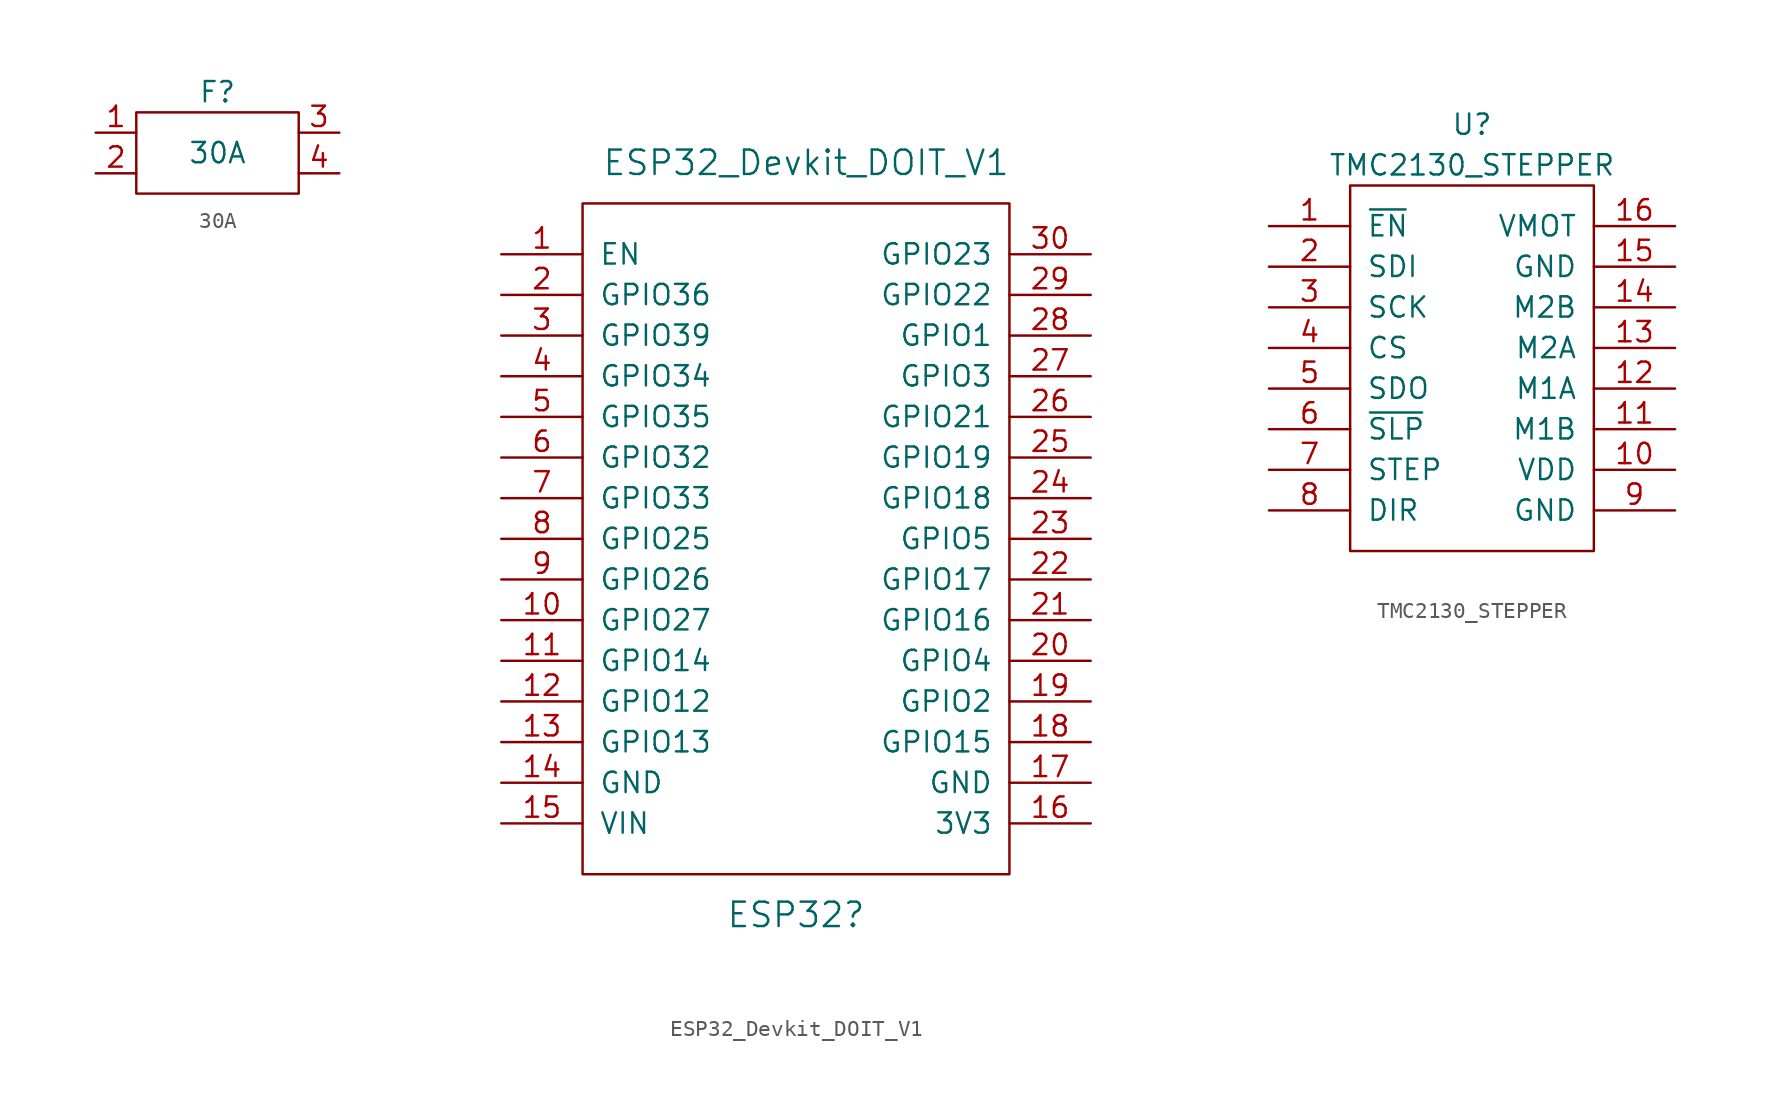
<source format=kicad_sym>
(kicad_symbol_lib
  (version 20220914)
  (generator kicad_symbol_editor)
  (symbol "30A"
    (pin_names
      (offset 1.016))
    (property "Reference" "F"
      (at 0 3.81 0)
      (effects (font (size 1.27 1.27))))
    (property "Value" "30A"
      (at 0 0 0)
      (effects (font (size 1.27 1.27))))
    (symbol "30A_0_1"
      (rectangle (start -5.08 2.54) (end 5.08 -2.54) (stroke (width 0) (type solid)) (fill (type none))))
    (symbol "30A_1_1"
      (pin passive line (at -7.62 1.27 0) (length 2.54) (name "~" (effects (font (size 1.27 1.27)))) (number "1" (effects (font (size 1.27 1.27)))))
      (pin passive line (at -7.62 -1.27 0) (length 2.54) (name "~" (effects (font (size 1.27 1.27)))) (number "2" (effects (font (size 1.27 1.27)))))
      (pin passive line (at 7.62 1.27 180) (length 2.54) (name "~" (effects (font (size 1.27 1.27)))) (number "3" (effects (font (size 1.27 1.27)))))
      (pin passive line (at 7.62 -1.27 180) (length 2.54) (name "~" (effects (font (size 1.27 1.27)))) (number "4" (effects (font (size 1.27 1.27)))))))
  (symbol "ESP32_Devkit_DOIT_V1"
    (pin_names
      (offset 1.016))
    (property "Reference" "ESP32"
      (at 0 -24.765 0)
      (effects (font (size 1.524 1.524))))
    (property "Value" "ESP32_Devkit_DOIT_V1"
      (at 0.635 22.225 0)
      (effects (font (size 1.524 1.524))))
    (symbol "ESP32_Devkit_DOIT_V1_0_1"
      (rectangle (start -13.335 19.685) (end 13.335 -22.225) (stroke (width 0) (type solid)) (fill (type none))))
    (symbol "ESP32_Devkit_DOIT_V1_1_1"
      (pin input line (at -18.415 16.51 0) (length 5.08) (name "EN" (effects (font (size 1.27 1.27)))) (number "1" (effects (font (size 1.27 1.27)))))
      (pin bidirectional line (at -18.415 -6.35 0) (length 5.08) (name "GPIO27" (effects (font (size 1.27 1.27)))) (number "10" (effects (font (size 1.27 1.27)))))
      (pin bidirectional line (at -18.415 -8.89 0) (length 5.08) (name "GPIO14" (effects (font (size 1.27 1.27)))) (number "11" (effects (font (size 1.27 1.27)))))
      (pin bidirectional line (at -18.415 -11.43 0) (length 5.08) (name "GPIO12" (effects (font (size 1.27 1.27)))) (number "12" (effects (font (size 1.27 1.27)))))
      (pin bidirectional line (at -18.415 -13.97 0) (length 5.08) (name "GPIO13" (effects (font (size 1.27 1.27)))) (number "13" (effects (font (size 1.27 1.27)))))
      (pin input line (at -18.415 -16.51 0) (length 5.08) (name "GND" (effects (font (size 1.27 1.27)))) (number "14" (effects (font (size 1.27 1.27)))))
      (pin input line (at -18.415 -19.05 0) (length 5.08) (name "VIN" (effects (font (size 1.27 1.27)))) (number "15" (effects (font (size 1.27 1.27)))))
      (pin input line (at 18.415 -19.05 180) (length 5.08) (name "3V3" (effects (font (size 1.27 1.27)))) (number "16" (effects (font (size 1.27 1.27)))))
      (pin input line (at 18.415 -16.51 180) (length 5.08) (name "GND" (effects (font (size 1.27 1.27)))) (number "17" (effects (font (size 1.27 1.27)))))
      (pin bidirectional line (at 18.415 -13.97 180) (length 5.08) (name "GPIO15" (effects (font (size 1.27 1.27)))) (number "18" (effects (font (size 1.27 1.27)))))
      (pin bidirectional line (at 18.415 -11.43 180) (length 5.08) (name "GPIO2" (effects (font (size 1.27 1.27)))) (number "19" (effects (font (size 1.27 1.27)))))
      (pin bidirectional line (at -18.415 13.97 0) (length 5.08) (name "GPIO36" (effects (font (size 1.27 1.27)))) (number "2" (effects (font (size 1.27 1.27)))))
      (pin bidirectional line (at 18.415 -8.89 180) (length 5.08) (name "GPIO4" (effects (font (size 1.27 1.27)))) (number "20" (effects (font (size 1.27 1.27)))))
      (pin bidirectional line (at 18.415 -6.35 180) (length 5.08) (name "GPIO16" (effects (font (size 1.27 1.27)))) (number "21" (effects (font (size 1.27 1.27)))))
      (pin bidirectional line (at 18.415 -3.81 180) (length 5.08) (name "GPIO17" (effects (font (size 1.27 1.27)))) (number "22" (effects (font (size 1.27 1.27)))))
      (pin bidirectional line (at 18.415 -1.27 180) (length 5.08) (name "GPIO5" (effects (font (size 1.27 1.27)))) (number "23" (effects (font (size 1.27 1.27)))))
      (pin bidirectional line (at 18.415 1.27 180) (length 5.08) (name "GPIO18" (effects (font (size 1.27 1.27)))) (number "24" (effects (font (size 1.27 1.27)))))
      (pin bidirectional line (at 18.415 3.81 180) (length 5.08) (name "GPIO19" (effects (font (size 1.27 1.27)))) (number "25" (effects (font (size 1.27 1.27)))))
      (pin bidirectional line (at 18.415 6.35 180) (length 5.08) (name "GPIO21" (effects (font (size 1.27 1.27)))) (number "26" (effects (font (size 1.27 1.27)))))
      (pin bidirectional line (at 18.415 8.89 180) (length 5.08) (name "GPIO3" (effects (font (size 1.27 1.27)))) (number "27" (effects (font (size 1.27 1.27)))))
      (pin bidirectional line (at 18.415 11.43 180) (length 5.08) (name "GPIO1" (effects (font (size 1.27 1.27)))) (number "28" (effects (font (size 1.27 1.27)))))
      (pin bidirectional line (at 18.415 13.97 180) (length 5.08) (name "GPIO22" (effects (font (size 1.27 1.27)))) (number "29" (effects (font (size 1.27 1.27)))))
      (pin bidirectional line (at -18.415 11.43 0) (length 5.08) (name "GPIO39" (effects (font (size 1.27 1.27)))) (number "3" (effects (font (size 1.27 1.27)))))
      (pin bidirectional line (at 18.415 16.51 180) (length 5.08) (name "GPIO23" (effects (font (size 1.27 1.27)))) (number "30" (effects (font (size 1.27 1.27)))))
      (pin bidirectional line (at -18.415 8.89 0) (length 5.08) (name "GPIO34" (effects (font (size 1.27 1.27)))) (number "4" (effects (font (size 1.27 1.27)))))
      (pin bidirectional line (at -18.415 6.35 0) (length 5.08) (name "GPIO35" (effects (font (size 1.27 1.27)))) (number "5" (effects (font (size 1.27 1.27)))))
      (pin bidirectional line (at -18.415 3.81 0) (length 5.08) (name "GPIO32" (effects (font (size 1.27 1.27)))) (number "6" (effects (font (size 1.27 1.27)))))
      (pin bidirectional line (at -18.415 1.27 0) (length 5.08) (name "GPIO33" (effects (font (size 1.27 1.27)))) (number "7" (effects (font (size 1.27 1.27)))))
      (pin bidirectional line (at -18.415 -1.27 0) (length 5.08) (name "GPIO25" (effects (font (size 1.27 1.27)))) (number "8" (effects (font (size 1.27 1.27)))))
      (pin bidirectional line (at -18.415 -3.81 0) (length 5.08) (name "GPIO26" (effects (font (size 1.27 1.27)))) (number "9" (effects (font (size 1.27 1.27)))))))
  (symbol "TMC2130_STEPPER"
    (pin_names
      (offset 1.016))
    (property "Reference" "U"
      (at 0 3.81 0)
      (effects (font (size 1.27 1.27))))
    (property "Value" "TMC2130_STEPPER"
      (at 0 1.27 0)
      (effects (font (size 1.27 1.27))))
    (symbol "TMC2130_STEPPER_0_1"
      (rectangle (start -7.62 0) (end 7.62 -22.86) (stroke (width 0) (type solid)) (fill (type none))))
    (symbol "TMC2130_STEPPER_1_1"
      (pin input line (at -12.7 -2.54 0) (length 5.08) (name "~{EN}" (effects (font (size 1.27 1.27)))) (number "1" (effects (font (size 1.27 1.27)))))
      (pin input line (at 12.7 -17.78 180) (length 5.08) (name "VDD" (effects (font (size 1.27 1.27)))) (number "10" (effects (font (size 1.27 1.27)))))
      (pin input line (at 12.7 -15.24 180) (length 5.08) (name "M1B" (effects (font (size 1.27 1.27)))) (number "11" (effects (font (size 1.27 1.27)))))
      (pin input line (at 12.7 -12.7 180) (length 5.08) (name "M1A" (effects (font (size 1.27 1.27)))) (number "12" (effects (font (size 1.27 1.27)))))
      (pin input line (at 12.7 -10.16 180) (length 5.08) (name "M2A" (effects (font (size 1.27 1.27)))) (number "13" (effects (font (size 1.27 1.27)))))
      (pin input line (at 12.7 -7.62 180) (length 5.08) (name "M2B" (effects (font (size 1.27 1.27)))) (number "14" (effects (font (size 1.27 1.27)))))
      (pin input line (at 12.7 -5.08 180) (length 5.08) (name "GND" (effects (font (size 1.27 1.27)))) (number "15" (effects (font (size 1.27 1.27)))))
      (pin input line (at 12.7 -2.54 180) (length 5.08) (name "VMOT" (effects (font (size 1.27 1.27)))) (number "16" (effects (font (size 1.27 1.27)))))
      (pin input line (at -12.7 -5.08 0) (length 5.08) (name "SDI" (effects (font (size 1.27 1.27)))) (number "2" (effects (font (size 1.27 1.27)))))
      (pin input line (at -12.7 -7.62 0) (length 5.08) (name "SCK" (effects (font (size 1.27 1.27)))) (number "3" (effects (font (size 1.27 1.27)))))
      (pin input line (at -12.7 -10.16 0) (length 5.08) (name "CS" (effects (font (size 1.27 1.27)))) (number "4" (effects (font (size 1.27 1.27)))))
      (pin output line (at -12.7 -12.7 0) (length 5.08) (name "SDO" (effects (font (size 1.27 1.27)))) (number "5" (effects (font (size 1.27 1.27)))))
      (pin input line (at -12.7 -15.24 0) (length 5.08) (name "~{SLP}" (effects (font (size 1.27 1.27)))) (number "6" (effects (font (size 1.27 1.27)))))
      (pin input line (at -12.7 -17.78 0) (length 5.08) (name "STEP" (effects (font (size 1.27 1.27)))) (number "7" (effects (font (size 1.27 1.27)))))
      (pin input line (at -12.7 -20.32 0) (length 5.08) (name "DIR" (effects (font (size 1.27 1.27)))) (number "8" (effects (font (size 1.27 1.27)))))
      (pin input line (at 12.7 -20.32 180) (length 5.08) (name "GND" (effects (font (size 1.27 1.27)))) (number "9" (effects (font (size 1.27 1.27))))))))
</source>
